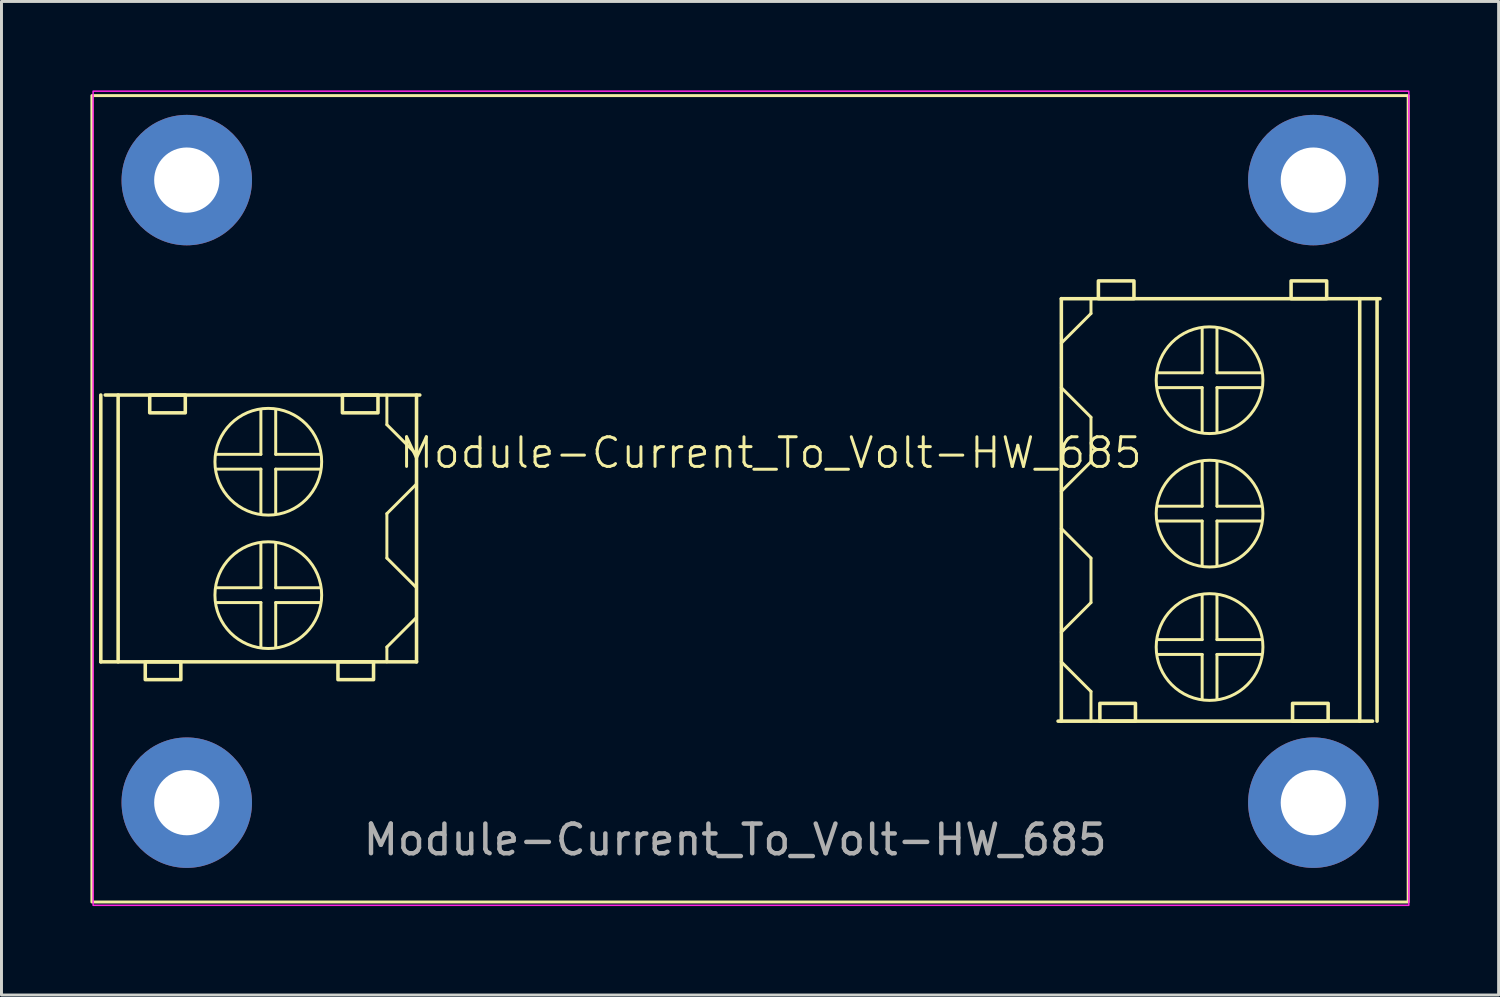
<source format=kicad_pcb>
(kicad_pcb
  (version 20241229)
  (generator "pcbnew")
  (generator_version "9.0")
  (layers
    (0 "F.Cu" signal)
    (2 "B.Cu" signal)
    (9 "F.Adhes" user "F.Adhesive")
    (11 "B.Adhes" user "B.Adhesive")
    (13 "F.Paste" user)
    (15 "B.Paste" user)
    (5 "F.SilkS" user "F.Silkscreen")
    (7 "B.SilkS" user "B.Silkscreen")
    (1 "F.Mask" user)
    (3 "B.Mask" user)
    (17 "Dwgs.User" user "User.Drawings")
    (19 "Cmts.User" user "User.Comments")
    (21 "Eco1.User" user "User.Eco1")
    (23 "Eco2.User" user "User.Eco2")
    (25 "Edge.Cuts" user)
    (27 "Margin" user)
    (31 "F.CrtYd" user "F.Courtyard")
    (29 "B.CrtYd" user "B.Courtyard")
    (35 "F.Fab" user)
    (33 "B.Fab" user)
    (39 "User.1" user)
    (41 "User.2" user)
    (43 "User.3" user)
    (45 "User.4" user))
  (footprint "Module-Current_To_Volt-HW_685"
    (layer "F.Cu")
    (at 3.25 3.025)
    (property "Reference" "Module-Current_To_Volt-HW_685" (at 19.7 9.2 0) (unlocked yes) (layer "F.SilkS") (effects (font (size 1 1) (thickness 0.1))))
    (attr smd)
    (fp_line (start -2.9 16.25) (end -2.9 7.25) (stroke (width 0.12) (type solid)) (layer "F.SilkS"))
    (fp_line (start -2.75 7.25) (end 7.86 7.25) (stroke (width 0.12) (type solid)) (layer "F.SilkS"))
    (fp_line (start -2.315 7.25) (end -2.315 16.25) (stroke (width 0.12) (type solid)) (layer "F.SilkS"))
    (fp_line (start 1 9.75) (end 2.5 9.75) (stroke (width 0.1) (type default)) (layer "F.SilkS"))
    (fp_line (start 1 14.25) (end 2.5 14.25) (stroke (width 0.1) (type default)) (layer "F.SilkS"))
    (fp_line (start 2.5 7.75) (end 2.5 9.25) (stroke (width 0.1) (type default)) (layer "F.SilkS"))
    (fp_line (start 2.5 9.25) (end 1 9.25) (stroke (width 0.1) (type default)) (layer "F.SilkS"))
    (fp_line (start 2.5 9.75) (end 2.5 11.25) (stroke (width 0.1) (type default)) (layer "F.SilkS"))
    (fp_line (start 2.5 12.25) (end 2.5 13.75) (stroke (width 0.1) (type default)) (layer "F.SilkS"))
    (fp_line (start 2.5 13.75) (end 1 13.75) (stroke (width 0.1) (type default)) (layer "F.SilkS"))
    (fp_line (start 2.5 14.25) (end 2.5 15.75) (stroke (width 0.1) (type default)) (layer "F.SilkS"))
    (fp_line (start 3 7.75) (end 3 9.25) (stroke (width 0.1) (type default)) (layer "F.SilkS"))
    (fp_line (start 3 9.25) (end 4.5 9.25) (stroke (width 0.1) (type default)) (layer "F.SilkS"))
    (fp_line (start 3 11.25) (end 3 9.75) (stroke (width 0.1) (type default)) (layer "F.SilkS"))
    (fp_line (start 3 12.25) (end 3 13.75) (stroke (width 0.1) (type default)) (layer "F.SilkS"))
    (fp_line (start 3 13.75) (end 4.5 13.75) (stroke (width 0.1) (type default)) (layer "F.SilkS"))
    (fp_line (start 3 15.75) (end 3 14.25) (stroke (width 0.1) (type default)) (layer "F.SilkS"))
    (fp_line (start 4.5 9.75) (end 3 9.75) (stroke (width 0.1) (type default)) (layer "F.SilkS"))
    (fp_line (start 4.5 14.25) (end 3 14.25) (stroke (width 0.1) (type default)) (layer "F.SilkS"))
    (fp_line (start 6.75 7.25) (end 6.75 8.25) (stroke (width 0.1) (type default)) (layer "F.SilkS"))
    (fp_line (start 6.75 8.25) (end 7.75 9.25) (stroke (width 0.1) (type default)) (layer "F.SilkS"))
    (fp_line (start 6.75 11.25) (end 7.75 10.25) (stroke (width 0.1) (type default)) (layer "F.SilkS"))
    (fp_line (start 6.75 12.75) (end 6.75 11.25) (stroke (width 0.1) (type default)) (layer "F.SilkS"))
    (fp_line (start 6.75 15.75) (end 6.75 16.25) (stroke (width 0.1) (type default)) (layer "F.SilkS"))
    (fp_line (start 7.75 7.25) (end 7.75 16.25) (stroke (width 0.12) (type solid)) (layer "F.SilkS"))
    (fp_line (start 7.75 13.75) (end 6.75 12.75) (stroke (width 0.1) (type default)) (layer "F.SilkS"))
    (fp_line (start 7.75 14.75) (end 6.75 15.75) (stroke (width 0.1) (type default)) (layer "F.SilkS"))
    (fp_line (start 7.75 16.25) (end -2.9 16.25) (stroke (width 0.12) (type solid)) (layer "F.SilkS"))
    (fp_line (start 29.5 4) (end 40.25 4) (stroke (width 0.12) (type solid)) (layer "F.SilkS"))
    (fp_line (start 29.5 5.5) (end 30.5 4.5) (stroke (width 0.1) (type default)) (layer "F.SilkS"))
    (fp_line (start 29.5 7) (end 30.5 8) (stroke (width 0.1) (type default)) (layer "F.SilkS"))
    (fp_line (start 29.5 11.75) (end 30.5 12.75) (stroke (width 0.1) (type default)) (layer "F.SilkS"))
    (fp_line (start 29.5 18.25) (end 29.5 4) (stroke (width 0.12) (type solid)) (layer "F.SilkS"))
    (fp_line (start 30.5 4.5) (end 30.5 4) (stroke (width 0.1) (type default)) (layer "F.SilkS"))
    (fp_line (start 30.5 8) (end 30.5 9.5) (stroke (width 0.1) (type default)) (layer "F.SilkS"))
    (fp_line (start 30.5 9.5) (end 29.5 10.5) (stroke (width 0.1) (type default)) (layer "F.SilkS"))
    (fp_line (start 30.5 12.75) (end 30.5 14.25) (stroke (width 0.1) (type default)) (layer "F.SilkS"))
    (fp_line (start 30.5 14.25) (end 29.5 15.25) (stroke (width 0.1) (type default)) (layer "F.SilkS"))
    (fp_line (start 30.5 17.25) (end 29.5 16.25) (stroke (width 0.1) (type default)) (layer "F.SilkS"))
    (fp_line (start 30.5 18.25) (end 30.5 17.25) (stroke (width 0.1) (type default)) (layer "F.SilkS"))
    (fp_line (start 32.75 6.5) (end 34.25 6.5) (stroke (width 0.1) (type default)) (layer "F.SilkS"))
    (fp_line (start 32.75 11) (end 34.25 11) (stroke (width 0.1) (type default)) (layer "F.SilkS"))
    (fp_line (start 32.75 15.5) (end 34.25 15.5) (stroke (width 0.1) (type default)) (layer "F.SilkS"))
    (fp_line (start 34.25 5) (end 34.25 6.5) (stroke (width 0.1) (type default)) (layer "F.SilkS"))
    (fp_line (start 34.25 7) (end 32.75 7) (stroke (width 0.1) (type default)) (layer "F.SilkS"))
    (fp_line (start 34.25 8.5) (end 34.25 7) (stroke (width 0.1) (type default)) (layer "F.SilkS"))
    (fp_line (start 34.25 9.5) (end 34.25 11) (stroke (width 0.1) (type default)) (layer "F.SilkS"))
    (fp_line (start 34.25 11.5) (end 32.75 11.5) (stroke (width 0.1) (type default)) (layer "F.SilkS"))
    (fp_line (start 34.25 13) (end 34.25 11.5) (stroke (width 0.1) (type default)) (layer "F.SilkS"))
    (fp_line (start 34.25 14) (end 34.25 15.5) (stroke (width 0.1) (type default)) (layer "F.SilkS"))
    (fp_line (start 34.25 16) (end 32.75 16) (stroke (width 0.1) (type default)) (layer "F.SilkS"))
    (fp_line (start 34.25 17.5) (end 34.25 16) (stroke (width 0.1) (type default)) (layer "F.SilkS"))
    (fp_line (start 34.75 6.5) (end 34.75 5) (stroke (width 0.1) (type default)) (layer "F.SilkS"))
    (fp_line (start 34.75 7) (end 36.25 7) (stroke (width 0.1) (type default)) (layer "F.SilkS"))
    (fp_line (start 34.75 8.5) (end 34.75 7) (stroke (width 0.1) (type default)) (layer "F.SilkS"))
    (fp_line (start 34.75 11) (end 34.75 9.5) (stroke (width 0.1) (type default)) (layer "F.SilkS"))
    (fp_line (start 34.75 11.5) (end 36.25 11.5) (stroke (width 0.1) (type default)) (layer "F.SilkS"))
    (fp_line (start 34.75 13) (end 34.75 11.5) (stroke (width 0.1) (type default)) (layer "F.SilkS"))
    (fp_line (start 34.75 15.5) (end 34.75 14) (stroke (width 0.1) (type default)) (layer "F.SilkS"))
    (fp_line (start 34.75 16) (end 36.25 16) (stroke (width 0.1) (type default)) (layer "F.SilkS"))
    (fp_line (start 34.75 17.5) (end 34.75 16) (stroke (width 0.1) (type default)) (layer "F.SilkS"))
    (fp_line (start 36.25 6.5) (end 34.75 6.5) (stroke (width 0.1) (type default)) (layer "F.SilkS"))
    (fp_line (start 36.25 11) (end 34.75 11) (stroke (width 0.1) (type default)) (layer "F.SilkS"))
    (fp_line (start 36.25 15.5) (end 34.75 15.5) (stroke (width 0.1) (type default)) (layer "F.SilkS"))
    (fp_line (start 39.565 18.25) (end 39.565 4) (stroke (width 0.12) (type solid)) (layer "F.SilkS"))
    (fp_line (start 40 18.25) (end 29.39 18.25) (stroke (width 0.12) (type solid)) (layer "F.SilkS"))
    (fp_line (start 40.15 4) (end 40.15 18.25) (stroke (width 0.12) (type solid)) (layer "F.SilkS"))
    (fp_rect (start -3.2 -2.85) (end 41.2 24.35) (stroke (width 0.1) (type default)) (fill no) (layer "F.SilkS"))
    (fp_rect (start -1.4 16.25) (end -0.2 16.85) (stroke (width 0.12) (type solid)) (fill no) (layer "F.SilkS"))
    (fp_rect (start -1.25 7.25) (end -0.05 7.85) (stroke (width 0.12) (type solid)) (fill no) (layer "F.SilkS"))
    (fp_rect (start 5.1 16.25) (end 6.3 16.85) (stroke (width 0.12) (type solid)) (fill no) (layer "F.SilkS"))
    (fp_rect (start 5.25 7.25) (end 6.45 7.85) (stroke (width 0.12) (type solid)) (fill no) (layer "F.SilkS"))
    (fp_rect (start 30.75 3.4) (end 31.95 4) (stroke (width 0.12) (type solid)) (fill no) (layer "F.SilkS"))
    (fp_rect (start 30.8 17.65) (end 32 18.25) (stroke (width 0.12) (type solid)) (fill no) (layer "F.SilkS"))
    (fp_rect (start 37.25 3.4) (end 38.45 4) (stroke (width 0.12) (type solid)) (fill no) (layer "F.SilkS"))
    (fp_rect (start 37.3 17.65) (end 38.5 18.25) (stroke (width 0.12) (type solid)) (fill no) (layer "F.SilkS"))
    (fp_circle (center 2.75 9.5) (end 4.55 9.5) (stroke (width 0.1) (type default)) (fill no) (layer "F.SilkS"))
    (fp_circle (center 2.75 14) (end 4.55 14) (stroke (width 0.1) (type default)) (fill no) (layer "F.SilkS"))
    (fp_circle (center 34.5 6.75) (end 32.7 6.75) (stroke (width 0.1) (type default)) (fill no) (layer "F.SilkS"))
    (fp_circle (center 34.5 11.25) (end 32.7 11.25) (stroke (width 0.1) (type default)) (fill no) (layer "F.SilkS"))
    (fp_circle (center 34.5 15.75) (end 32.7 15.75) (stroke (width 0.1) (type default)) (fill no) (layer "F.SilkS"))
    (fp_rect (start -3.16 -3) (end 41.222 24.462) (stroke (width 0.05) (type solid)) (fill no) (layer "F.CrtYd"))
    (fp_text user "${REFERENCE}" (at 18.5 22.25 0) (unlocked yes) (layer "F.Fab") (effects (font (size 1 1) (thickness 0.15))))
    (pad "" thru_hole circle (at 0 0) (size 4.4 4.4) (drill 2.2) (layers "*.Cu" "*.Mask"))
    (pad "" thru_hole circle (at 0 21) (size 4.4 4.4) (drill 2.2) (layers "*.Cu" "*.Mask"))
    (pad "" thru_hole circle (at 38 0) (size 4.4 4.4) (drill 2.2) (layers "*.Cu" "*.Mask"))
    (pad "" thru_hole circle (at 38 21) (size 4.4 4.4) (drill 2.2) (layers "*.Cu" "*.Mask")))
  (gr_rect
    (start -3 -3)
    (end 47.5 30.512)
    (stroke (width 0.1) (type default))
    (fill no)
    (layer "Edge.Cuts")))
</source>
